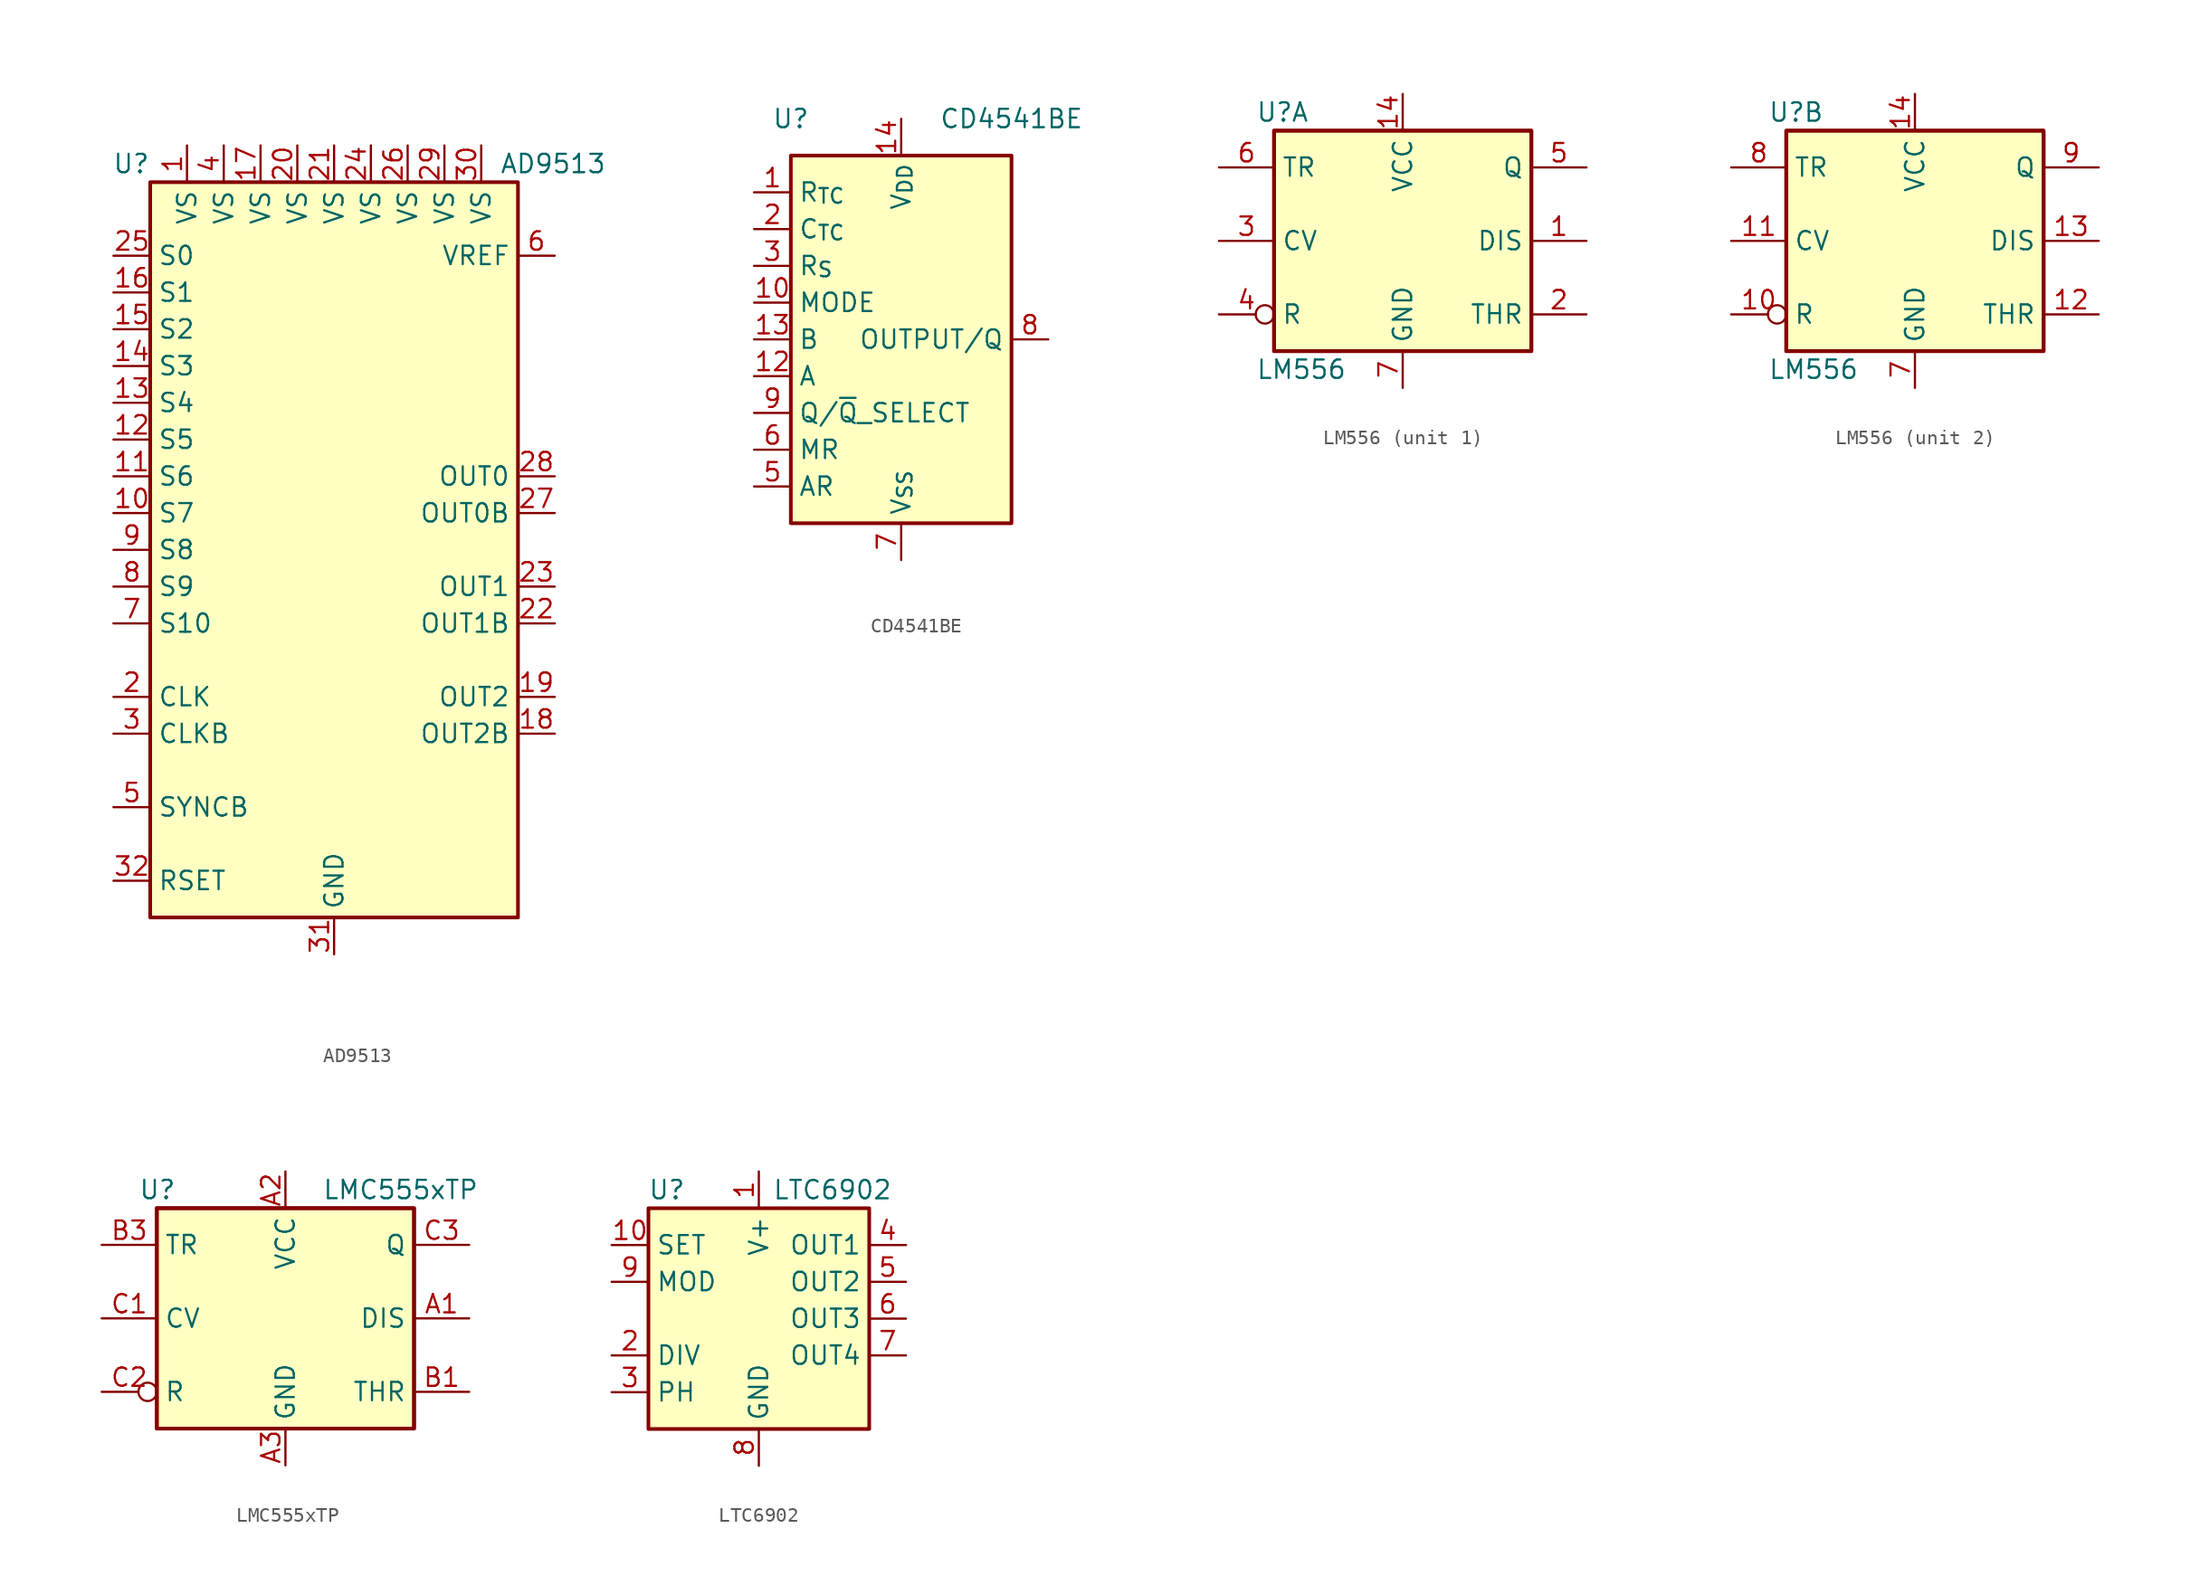
<source format=kicad_sym>
(kicad_symbol_lib
  (version 20211014)
  (generator kicad_symbol_editor)
  (symbol "AD9513"
    (property "Reference" "U"
      (at -12.7 26.67 0)
      (effects (font (size 1.27 1.27)) (justify right)))
    (property "Value" "AD9513"
      (at 11.43 26.67 0)
      (effects (font (size 1.27 1.27)) (justify left)))
    (symbol "AD9513_0_1"
      (rectangle (start -12.7 25.4) (end 12.7 -25.4) (stroke (width 0.254) (type default) (color 0 0 0 0)) (fill (type background))))
    (symbol "AD9513_1_1"
      (pin power_in line (at -10.16 27.94 270) (length 2.54) (name "VS" (effects (font (size 1.27 1.27)))) (number "1" (effects (font (size 1.27 1.27)))))
      (pin input line (at -15.24 2.54 0) (length 2.54) (name "S7" (effects (font (size 1.27 1.27)))) (number "10" (effects (font (size 1.27 1.27)))))
      (pin input line (at -15.24 5.08 0) (length 2.54) (name "S6" (effects (font (size 1.27 1.27)))) (number "11" (effects (font (size 1.27 1.27)))))
      (pin input line (at -15.24 7.62 0) (length 2.54) (name "S5" (effects (font (size 1.27 1.27)))) (number "12" (effects (font (size 1.27 1.27)))))
      (pin input line (at -15.24 10.16 0) (length 2.54) (name "S4" (effects (font (size 1.27 1.27)))) (number "13" (effects (font (size 1.27 1.27)))))
      (pin input line (at -15.24 12.7 0) (length 2.54) (name "S3" (effects (font (size 1.27 1.27)))) (number "14" (effects (font (size 1.27 1.27)))))
      (pin input line (at -15.24 15.24 0) (length 2.54) (name "S2" (effects (font (size 1.27 1.27)))) (number "15" (effects (font (size 1.27 1.27)))))
      (pin input line (at -15.24 17.78 0) (length 2.54) (name "S1" (effects (font (size 1.27 1.27)))) (number "16" (effects (font (size 1.27 1.27)))))
      (pin power_in line (at -5.08 27.94 270) (length 2.54) (name "VS" (effects (font (size 1.27 1.27)))) (number "17" (effects (font (size 1.27 1.27)))))
      (pin output line (at 15.24 -12.7 180) (length 2.54) (name "OUT2B" (effects (font (size 1.27 1.27)))) (number "18" (effects (font (size 1.27 1.27)))))
      (pin output line (at 15.24 -10.16 180) (length 2.54) (name "OUT2" (effects (font (size 1.27 1.27)))) (number "19" (effects (font (size 1.27 1.27)))))
      (pin input line (at -15.24 -10.16 0) (length 2.54) (name "CLK" (effects (font (size 1.27 1.27)))) (number "2" (effects (font (size 1.27 1.27)))))
      (pin power_in line (at -2.54 27.94 270) (length 2.54) (name "VS" (effects (font (size 1.27 1.27)))) (number "20" (effects (font (size 1.27 1.27)))))
      (pin power_in line (at 0 27.94 270) (length 2.54) (name "VS" (effects (font (size 1.27 1.27)))) (number "21" (effects (font (size 1.27 1.27)))))
      (pin output line (at 15.24 -5.08 180) (length 2.54) (name "OUT1B" (effects (font (size 1.27 1.27)))) (number "22" (effects (font (size 1.27 1.27)))))
      (pin output line (at 15.24 -2.54 180) (length 2.54) (name "OUT1" (effects (font (size 1.27 1.27)))) (number "23" (effects (font (size 1.27 1.27)))))
      (pin power_in line (at 2.54 27.94 270) (length 2.54) (name "VS" (effects (font (size 1.27 1.27)))) (number "24" (effects (font (size 1.27 1.27)))))
      (pin input line (at -15.24 20.32 0) (length 2.54) (name "S0" (effects (font (size 1.27 1.27)))) (number "25" (effects (font (size 1.27 1.27)))))
      (pin power_in line (at 5.08 27.94 270) (length 2.54) (name "VS" (effects (font (size 1.27 1.27)))) (number "26" (effects (font (size 1.27 1.27)))))
      (pin output line (at 15.24 2.54 180) (length 2.54) (name "OUT0B" (effects (font (size 1.27 1.27)))) (number "27" (effects (font (size 1.27 1.27)))))
      (pin output line (at 15.24 5.08 180) (length 2.54) (name "OUT0" (effects (font (size 1.27 1.27)))) (number "28" (effects (font (size 1.27 1.27)))))
      (pin power_in line (at 7.62 27.94 270) (length 2.54) (name "VS" (effects (font (size 1.27 1.27)))) (number "29" (effects (font (size 1.27 1.27)))))
      (pin input line (at -15.24 -12.7 0) (length 2.54) (name "CLKB" (effects (font (size 1.27 1.27)))) (number "3" (effects (font (size 1.27 1.27)))))
      (pin power_in line (at 10.16 27.94 270) (length 2.54) (name "VS" (effects (font (size 1.27 1.27)))) (number "30" (effects (font (size 1.27 1.27)))))
      (pin power_in line (at 0 -27.94 90) (length 2.54) (name "GND" (effects (font (size 1.27 1.27)))) (number "31" (effects (font (size 1.27 1.27)))))
      (pin passive line (at -15.24 -22.86 0) (length 2.54) (name "RSET" (effects (font (size 1.27 1.27)))) (number "32" (effects (font (size 1.27 1.27)))))
      (pin passive line (at 0 -27.94 90) (length 2.54) hide (name "GND" (effects (font (size 1.27 1.27)))) (number "33" (effects (font (size 1.27 1.27)))))
      (pin power_in line (at -7.62 27.94 270) (length 2.54) (name "VS" (effects (font (size 1.27 1.27)))) (number "4" (effects (font (size 1.27 1.27)))))
      (pin input line (at -15.24 -17.78 0) (length 2.54) (name "SYNCB" (effects (font (size 1.27 1.27)))) (number "5" (effects (font (size 1.27 1.27)))))
      (pin power_out line (at 15.24 20.32 180) (length 2.54) (name "VREF" (effects (font (size 1.27 1.27)))) (number "6" (effects (font (size 1.27 1.27)))))
      (pin input line (at -15.24 -5.08 0) (length 2.54) (name "S10" (effects (font (size 1.27 1.27)))) (number "7" (effects (font (size 1.27 1.27)))))
      (pin input line (at -15.24 -2.54 0) (length 2.54) (name "S9" (effects (font (size 1.27 1.27)))) (number "8" (effects (font (size 1.27 1.27)))))
      (pin input line (at -15.24 0 0) (length 2.54) (name "S8" (effects (font (size 1.27 1.27)))) (number "9" (effects (font (size 1.27 1.27)))))))
  (symbol "CD4541BE"
    (property "Reference" "U"
      (at -7.62 15.24 0)
      (effects (font (size 1.27 1.27))))
    (property "Value" "CD4541BE"
      (at 7.62 15.24 0)
      (effects (font (size 1.27 1.27))))
    (symbol "CD4541BE_0_0"
      (pin input line (at -10.16 10.16 0) (length 2.54) (name "R_{TC}" (effects (font (size 1.27 1.27)))) (number "1" (effects (font (size 1.27 1.27)))))
      (pin input line (at -10.16 2.54 0) (length 2.54) (name "MODE" (effects (font (size 1.27 1.27)))) (number "10" (effects (font (size 1.27 1.27)))))
      (pin no_connect line (at 7.62 -7.62 180) (length 2.54) hide (name "NC" (effects (font (size 1.27 1.27)))) (number "11" (effects (font (size 1.27 1.27)))))
      (pin input line (at -10.16 -2.54 0) (length 2.54) (name "A" (effects (font (size 1.27 1.27)))) (number "12" (effects (font (size 1.27 1.27)))))
      (pin input line (at -10.16 0 0) (length 2.54) (name "B" (effects (font (size 1.27 1.27)))) (number "13" (effects (font (size 1.27 1.27)))))
      (pin power_in line (at 0 15.24 270) (length 2.54) (name "V_{DD}" (effects (font (size 1.27 1.27)))) (number "14" (effects (font (size 1.27 1.27)))))
      (pin input line (at -10.16 7.62 0) (length 2.54) (name "C_{TC}" (effects (font (size 1.27 1.27)))) (number "2" (effects (font (size 1.27 1.27)))))
      (pin input line (at -10.16 5.08 0) (length 2.54) (name "R_{S}" (effects (font (size 1.27 1.27)))) (number "3" (effects (font (size 1.27 1.27)))))
      (pin no_connect line (at 7.62 -5.08 180) (length 2.54) hide (name "NC" (effects (font (size 1.27 1.27)))) (number "4" (effects (font (size 1.27 1.27)))))
      (pin input line (at -10.16 -10.16 0) (length 2.54) (name "AR" (effects (font (size 1.27 1.27)))) (number "5" (effects (font (size 1.27 1.27)))))
      (pin input line (at -10.16 -7.62 0) (length 2.54) (name "MR" (effects (font (size 1.27 1.27)))) (number "6" (effects (font (size 1.27 1.27)))))
      (pin power_in line (at 0 -15.24 90) (length 2.54) (name "V_{SS}" (effects (font (size 1.27 1.27)))) (number "7" (effects (font (size 1.27 1.27)))))
      (pin output line (at 10.16 0 180) (length 2.54) (name "OUTPUT/Q" (effects (font (size 1.27 1.27)))) (number "8" (effects (font (size 1.27 1.27)))))
      (pin input line (at -10.16 -5.08 0) (length 2.54) (name "Q/~{Q}_SELECT" (effects (font (size 1.27 1.27)))) (number "9" (effects (font (size 1.27 1.27))))))
    (symbol "CD4541BE_0_1"
      (rectangle (start 7.62 -12.7) (end -7.62 12.7) (stroke (width 0.254) (type default) (color 0 0 0 0)) (fill (type background)))))
  (symbol "LM556"
    (property "Reference" "U"
      (at -10.16 8.89 0)
      (effects (font (size 1.27 1.27)) (justify left)))
    (property "Value" "LM556"
      (at -10.16 -8.89 0)
      (effects (font (size 1.27 1.27)) (justify left)))
    (symbol "LM556_0_0"
      (pin power_in line (at 0 10.16 270) (length 2.54) (name "VCC" (effects (font (size 1.27 1.27)))) (number "14" (effects (font (size 1.27 1.27)))))
      (pin power_in line (at 0 -10.16 90) (length 2.54) (name "GND" (effects (font (size 1.27 1.27)))) (number "7" (effects (font (size 1.27 1.27))))))
    (symbol "LM556_0_1"
      (rectangle (start -8.89 -7.62) (end 8.89 7.62) (stroke (width 0.254) (type default) (color 0 0 0 0)) (fill (type background)))
      (rectangle (start -8.89 -7.62) (end 8.89 7.62) (stroke (width 0.254) (type default) (color 0 0 0 0)) (fill (type background))))
    (symbol "LM556_1_1"
      (pin input line (at 12.7 0 180) (length 3.81) (name "DIS" (effects (font (size 1.27 1.27)))) (number "1" (effects (font (size 1.27 1.27)))))
      (pin input line (at 12.7 -5.08 180) (length 3.81) (name "THR" (effects (font (size 1.27 1.27)))) (number "2" (effects (font (size 1.27 1.27)))))
      (pin input line (at -12.7 0 0) (length 3.81) (name "CV" (effects (font (size 1.27 1.27)))) (number "3" (effects (font (size 1.27 1.27)))))
      (pin input inverted (at -12.7 -5.08 0) (length 3.81) (name "R" (effects (font (size 1.27 1.27)))) (number "4" (effects (font (size 1.27 1.27)))))
      (pin output line (at 12.7 5.08 180) (length 3.81) (name "Q" (effects (font (size 1.27 1.27)))) (number "5" (effects (font (size 1.27 1.27)))))
      (pin input line (at -12.7 5.08 0) (length 3.81) (name "TR" (effects (font (size 1.27 1.27)))) (number "6" (effects (font (size 1.27 1.27))))))
    (symbol "LM556_2_1"
      (pin input inverted (at -12.7 -5.08 0) (length 3.81) (name "R" (effects (font (size 1.27 1.27)))) (number "10" (effects (font (size 1.27 1.27)))))
      (pin input line (at -12.7 0 0) (length 3.81) (name "CV" (effects (font (size 1.27 1.27)))) (number "11" (effects (font (size 1.27 1.27)))))
      (pin input line (at 12.7 -5.08 180) (length 3.81) (name "THR" (effects (font (size 1.27 1.27)))) (number "12" (effects (font (size 1.27 1.27)))))
      (pin input line (at 12.7 0 180) (length 3.81) (name "DIS" (effects (font (size 1.27 1.27)))) (number "13" (effects (font (size 1.27 1.27)))))
      (pin input line (at -12.7 5.08 0) (length 3.81) (name "TR" (effects (font (size 1.27 1.27)))) (number "8" (effects (font (size 1.27 1.27)))))
      (pin output line (at 12.7 5.08 180) (length 3.81) (name "Q" (effects (font (size 1.27 1.27)))) (number "9" (effects (font (size 1.27 1.27)))))))
  (symbol "LMC555xTP"
    (property "Reference" "U"
      (at -10.16 8.89 0)
      (effects (font (size 1.27 1.27)) (justify left)))
    (property "Value" "LMC555xTP"
      (at 2.54 8.89 0)
      (effects (font (size 1.27 1.27)) (justify left)))
    (symbol "LMC555xTP_0_0"
      (pin power_in line (at 0 10.16 270) (length 2.54) (name "VCC" (effects (font (size 1.27 1.27)))) (number "A2" (effects (font (size 1.27 1.27)))))
      (pin power_in line (at 0 -10.16 90) (length 2.54) (name "GND" (effects (font (size 1.27 1.27)))) (number "A3" (effects (font (size 1.27 1.27))))))
    (symbol "LMC555xTP_0_1"
      (rectangle (start -8.89 -7.62) (end 8.89 7.62) (stroke (width 0.254) (type default) (color 0 0 0 0)) (fill (type background)))
      (rectangle (start -8.89 -7.62) (end 8.89 7.62) (stroke (width 0.254) (type default) (color 0 0 0 0)) (fill (type background))))
    (symbol "LMC555xTP_1_1"
      (pin input line (at 12.7 0 180) (length 3.81) (name "DIS" (effects (font (size 1.27 1.27)))) (number "A1" (effects (font (size 1.27 1.27)))))
      (pin input line (at 12.7 -5.08 180) (length 3.81) (name "THR" (effects (font (size 1.27 1.27)))) (number "B1" (effects (font (size 1.27 1.27)))))
      (pin input line (at -12.7 5.08 0) (length 3.81) (name "TR" (effects (font (size 1.27 1.27)))) (number "B3" (effects (font (size 1.27 1.27)))))
      (pin input line (at -12.7 0 0) (length 3.81) (name "CV" (effects (font (size 1.27 1.27)))) (number "C1" (effects (font (size 1.27 1.27)))))
      (pin input inverted (at -12.7 -5.08 0) (length 3.81) (name "R" (effects (font (size 1.27 1.27)))) (number "C2" (effects (font (size 1.27 1.27)))))
      (pin output line (at 12.7 5.08 180) (length 3.81) (name "Q" (effects (font (size 1.27 1.27)))) (number "C3" (effects (font (size 1.27 1.27)))))))
  (symbol "LTC6902"
    (property "Reference" "U"
      (at -6.35 8.89 0)
      (effects (font (size 1.27 1.27))))
    (property "Value" "LTC6902"
      (at 5.08 8.89 0)
      (effects (font (size 1.27 1.27))))
    (symbol "LTC6902_0_1"
      (rectangle (start -7.62 7.62) (end 7.62 -7.62) (stroke (width 0.254) (type default) (color 0 0 0 0)) (fill (type background))))
    (symbol "LTC6902_1_1"
      (pin power_in line (at 0 10.16 270) (length 2.54) (name "V+" (effects (font (size 1.27 1.27)))) (number "1" (effects (font (size 1.27 1.27)))))
      (pin passive line (at -10.16 5.08 0) (length 2.54) (name "SET" (effects (font (size 1.27 1.27)))) (number "10" (effects (font (size 1.27 1.27)))))
      (pin input line (at -10.16 -2.54 0) (length 2.54) (name "DIV" (effects (font (size 1.27 1.27)))) (number "2" (effects (font (size 1.27 1.27)))))
      (pin input line (at -10.16 -5.08 0) (length 2.54) (name "PH" (effects (font (size 1.27 1.27)))) (number "3" (effects (font (size 1.27 1.27)))))
      (pin output line (at 10.16 5.08 180) (length 2.54) (name "OUT1" (effects (font (size 1.27 1.27)))) (number "4" (effects (font (size 1.27 1.27)))))
      (pin output line (at 10.16 2.54 180) (length 2.54) (name "OUT2" (effects (font (size 1.27 1.27)))) (number "5" (effects (font (size 1.27 1.27)))))
      (pin output line (at 10.16 0 180) (length 2.54) (name "OUT3" (effects (font (size 1.27 1.27)))) (number "6" (effects (font (size 1.27 1.27)))))
      (pin output line (at 10.16 -2.54 180) (length 2.54) (name "OUT4" (effects (font (size 1.27 1.27)))) (number "7" (effects (font (size 1.27 1.27)))))
      (pin power_in line (at 0 -10.16 90) (length 2.54) (name "GND" (effects (font (size 1.27 1.27)))) (number "8" (effects (font (size 1.27 1.27)))))
      (pin passive line (at -10.16 2.54 0) (length 2.54) (name "MOD" (effects (font (size 1.27 1.27)))) (number "9" (effects (font (size 1.27 1.27))))))))
</source>
